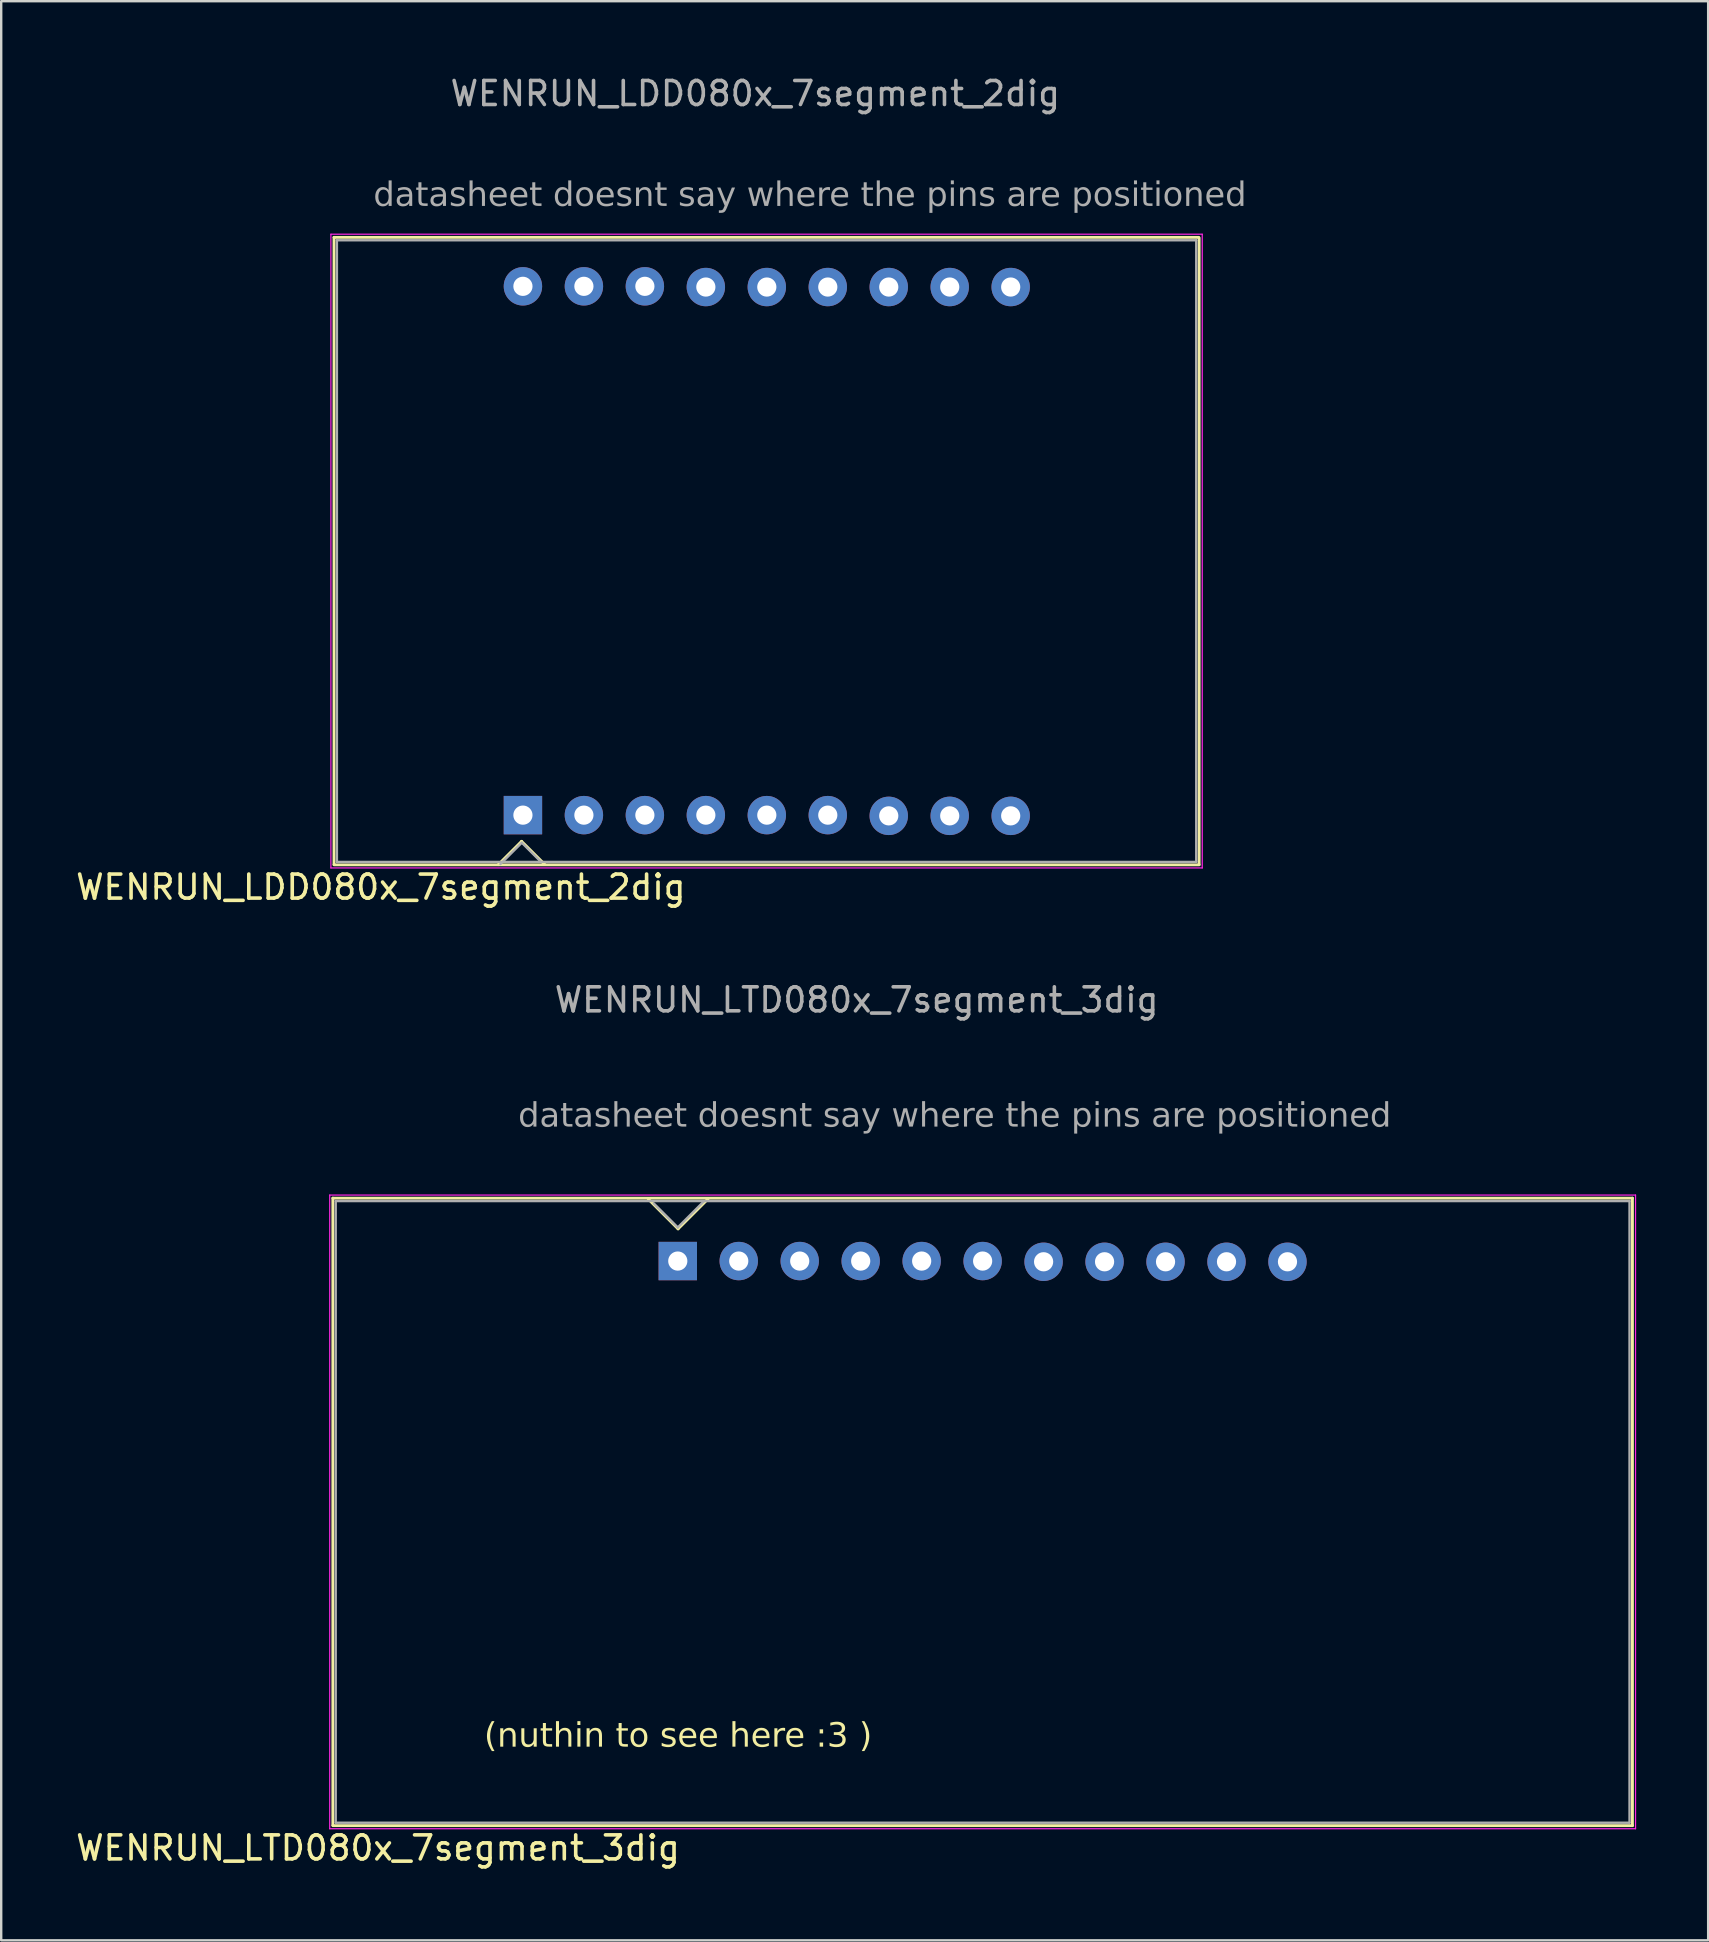
<source format=kicad_pcb>
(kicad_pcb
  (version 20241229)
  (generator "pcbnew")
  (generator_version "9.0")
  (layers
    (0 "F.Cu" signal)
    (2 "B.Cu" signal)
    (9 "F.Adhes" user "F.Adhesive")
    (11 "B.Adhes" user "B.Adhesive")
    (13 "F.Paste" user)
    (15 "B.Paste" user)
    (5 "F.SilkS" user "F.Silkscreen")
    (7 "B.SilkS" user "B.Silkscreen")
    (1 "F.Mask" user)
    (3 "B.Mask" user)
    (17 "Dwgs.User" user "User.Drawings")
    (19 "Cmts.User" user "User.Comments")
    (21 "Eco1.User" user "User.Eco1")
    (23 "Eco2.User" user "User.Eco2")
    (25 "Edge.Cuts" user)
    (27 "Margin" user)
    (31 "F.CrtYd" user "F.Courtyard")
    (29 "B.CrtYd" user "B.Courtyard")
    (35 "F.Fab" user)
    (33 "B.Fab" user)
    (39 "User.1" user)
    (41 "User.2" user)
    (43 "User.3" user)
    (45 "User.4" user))
  (footprint "WENRUN_LTD080x_7segment_3dig"
    (layer "F.Cu")
    (at 10.936 72.885)
    (property "Reference" "WENRUN_LTD080x_7segment_3dig" (at 1.76 1.05 180) (layer "F.SilkS") (effects (font (size 1 1) (thickness 0.15))))
    (attr through_hole)
    (fp_line (start -0.12 0.1) (end -0.12 -26.02) (stroke (width 0.12) (type solid)) (layer "F.SilkS"))
    (fp_line (start -0.12 0.12) (end 54.02 0.12) (stroke (width 0.12) (type solid)) (layer "F.SilkS"))
    (fp_line (start 13.021 -25.983) (end 14.263 -24.741) (stroke (width 0.12) (type solid)) (layer "F.SilkS"))
    (fp_line (start 14.262 -24.742) (end 15.515 -25.995) (stroke (width 0.12) (type solid)) (layer "F.SilkS"))
    (fp_line (start 54.02 -26.02) (end -0.12 -26.02) (stroke (width 0.12) (type solid)) (layer "F.SilkS"))
    (fp_line (start 54.02 0.12) (end 54.02 -26.02) (stroke (width 0.12) (type solid)) (layer "F.SilkS"))
    (fp_line (start -0.25 -26.15) (end 54.15 -26.15) (stroke (width 0.05) (type solid)) (layer "F.CrtYd"))
    (fp_line (start -0.25 0.25) (end -0.25 -26.15) (stroke (width 0.05) (type solid)) (layer "F.CrtYd"))
    (fp_line (start 54.15 -26.15) (end 54.15 0.25) (stroke (width 0.05) (type solid)) (layer "F.CrtYd"))
    (fp_line (start 54.15 0.25) (end -0.25 0.25) (stroke (width 0.05) (type solid)) (layer "F.CrtYd"))
    (fp_line (start 0 -25.9) (end 53.9 -25.9) (stroke (width 0.1) (type solid)) (layer "F.Fab"))
    (fp_line (start 0 0) (end 0 -25.9) (stroke (width 0.1) (type solid)) (layer "F.Fab"))
    (fp_line (start 0 0) (end 53.9 0) (stroke (width 0.1) (type solid)) (layer "F.Fab"))
    (fp_line (start 13.25 -25.8) (end 14.25 -24.8) (stroke (width 0.1) (type solid)) (layer "F.Fab"))
    (fp_line (start 14.25 -24.8) (end 15.341 -25.891) (stroke (width 0.1) (type solid)) (layer "F.Fab"))
    (fp_line (start 53.9 0) (end 53.9 -25.9) (stroke (width 0.1) (type solid)) (layer "F.Fab"))
    (fp_text user "(nuthin to see here :3 )" (at 6.18 -3 0) (unlocked yes) (layer "F.SilkS") (effects (font (face "Bahnschrift") (size 1 1) (thickness 0.1)) (justify left bottom)))
    (fp_text user "datasheet doesnt say where the pins are positioned" (at 7.6 -28.83 0) (unlocked yes) (layer "F.Fab") (effects (font (face "Bahnschrift") (size 1 1) (thickness 0.1)) (justify left bottom)))
    (fp_text user "${REFERENCE}" (at 21.7 -34.28 180) (layer "F.Fab") (effects (font (size 1 1) (thickness 0.15))))
    (pad "1" thru_hole rect (at 14.25 -23.4 90) (size 1.6 1.6) (drill 0.8) (layers "*.Cu" "*.Mask"))
    (pad "2" thru_hole circle (at 16.79 -23.4 90) (size 1.6 1.6) (drill 0.8) (layers "*.Cu" "*.Mask"))
    (pad "3" thru_hole circle (at 19.33 -23.4 90) (size 1.6 1.6) (drill 0.8) (layers "*.Cu" "*.Mask"))
    (pad "4" thru_hole circle (at 21.87 -23.4 90) (size 1.6 1.6) (drill 0.8) (layers "*.Cu" "*.Mask"))
    (pad "5" thru_hole circle (at 24.41 -23.4 90) (size 1.6 1.6) (drill 0.8) (layers "*.Cu" "*.Mask"))
    (pad "6" thru_hole circle (at 26.95 -23.4 90) (size 1.6 1.6) (drill 0.8) (layers "*.Cu" "*.Mask"))
    (pad "7" thru_hole circle (at 29.49 -23.37 90) (size 1.6 1.6) (drill 0.8) (layers "*.Cu" "*.Mask"))
    (pad "8" thru_hole circle (at 32.03 -23.37 90) (size 1.6 1.6) (drill 0.8) (layers "*.Cu" "*.Mask"))
    (pad "9" thru_hole circle (at 34.57 -23.37 90) (size 1.6 1.6) (drill 0.8) (layers "*.Cu" "*.Mask"))
    (pad "10" thru_hole circle (at 37.11 -23.37 90) (size 1.6 1.6) (drill 0.8) (layers "*.Cu" "*.Mask"))
    (pad "11" thru_hole circle (at 39.65 -23.37 90) (size 1.6 1.6) (drill 0.8) (layers "*.Cu" "*.Mask")))
  (footprint "WENRUN_LDD080x_7segment_2dig"
    (layer "F.Cu")
    (at 10.985 32.858)
    (property "Reference" "WENRUN_LDD080x_7segment_2dig" (at 1.83 1.05 180) (layer "F.SilkS") (effects (font (size 1 1) (thickness 0.15))))
    (attr through_hole)
    (fp_line (start -0.12 0.1) (end -0.12 -26.02) (stroke (width 0.12) (type solid)) (layer "F.SilkS"))
    (fp_line (start -0.12 0.12) (end 35.92 0.12) (stroke (width 0.12) (type solid)) (layer "F.SilkS"))
    (fp_line (start 7.694 -0.858) (end 6.722 0.114) (stroke (width 0.12) (type solid)) (layer "F.SilkS"))
    (fp_line (start 8.66 0.108) (end 7.693 -0.859) (stroke (width 0.12) (type solid)) (layer "F.SilkS"))
    (fp_line (start 35.9 -26.02) (end -0.12 -26.02) (stroke (width 0.12) (type solid)) (layer "F.SilkS"))
    (fp_line (start 35.92 0.11) (end 35.92 -26) (stroke (width 0.12) (type solid)) (layer "F.SilkS"))
    (fp_line (start -0.25 -26.15) (end 36.05 -26.15) (stroke (width 0.05) (type solid)) (layer "F.CrtYd"))
    (fp_line (start -0.25 0.25) (end -0.25 -26.15) (stroke (width 0.05) (type solid)) (layer "F.CrtYd"))
    (fp_line (start 36.05 -26.15) (end 36.05 0.25) (stroke (width 0.05) (type solid)) (layer "F.CrtYd"))
    (fp_line (start 36.05 0.25) (end -0.25 0.25) (stroke (width 0.05) (type solid)) (layer "F.CrtYd"))
    (fp_line (start 0 -25.9) (end 35.8 -25.9) (stroke (width 0.1) (type solid)) (layer "F.Fab"))
    (fp_line (start 0 0) (end 0 -25.9) (stroke (width 0.1) (type solid)) (layer "F.Fab"))
    (fp_line (start 0 0) (end 35.8 0) (stroke (width 0.1) (type solid)) (layer "F.Fab"))
    (fp_line (start 7.7 -0.8) (end 6.813 0.087) (stroke (width 0.1) (type solid)) (layer "F.Fab"))
    (fp_line (start 8.514 0.009) (end 7.705 -0.8) (stroke (width 0.1) (type solid)) (layer "F.Fab"))
    (fp_line (start 35.8 0) (end 35.8 -25.9) (stroke (width 0.1) (type solid)) (layer "F.Fab"))
    (fp_text user "${REFERENCE}" (at 17.43 -32.01 180) (layer "F.Fab") (effects (font (size 1 1) (thickness 0.15))))
    (fp_text user "datasheet doesnt say where the pins are positioned" (at 1.52 -27.16 0) (unlocked yes) (layer "F.Fab") (effects (font (face "Bahnschrift") (size 1 1) (thickness 0.1)) (justify left bottom)))
    (pad "1" thru_hole rect (at 7.75 -1.95 90) (size 1.6 1.6) (drill 0.8) (layers "*.Cu" "*.Mask"))
    (pad "2" thru_hole circle (at 10.29 -1.95 90) (size 1.6 1.6) (drill 0.8) (layers "*.Cu" "*.Mask"))
    (pad "3" thru_hole circle (at 12.83 -1.95 90) (size 1.6 1.6) (drill 0.8) (layers "*.Cu" "*.Mask"))
    (pad "4" thru_hole circle (at 15.37 -1.95 90) (size 1.6 1.6) (drill 0.8) (layers "*.Cu" "*.Mask"))
    (pad "5" thru_hole circle (at 17.91 -1.95 90) (size 1.6 1.6) (drill 0.8) (layers "*.Cu" "*.Mask"))
    (pad "6" thru_hole circle (at 20.45 -1.95 90) (size 1.6 1.6) (drill 0.8) (layers "*.Cu" "*.Mask"))
    (pad "7" thru_hole circle (at 22.99 -1.92 90) (size 1.6 1.6) (drill 0.8) (layers "*.Cu" "*.Mask"))
    (pad "8" thru_hole circle (at 25.53 -1.92 90) (size 1.6 1.6) (drill 0.8) (layers "*.Cu" "*.Mask"))
    (pad "9" thru_hole circle (at 28.07 -1.92 90) (size 1.6 1.6) (drill 0.8) (layers "*.Cu" "*.Mask"))
    (pad "10" thru_hole circle (at 28.07 -23.95 270) (size 1.6 1.6) (drill 0.8) (layers "*.Cu" "*.Mask"))
    (pad "11" thru_hole circle (at 25.53 -23.95 270) (size 1.6 1.6) (drill 0.8) (layers "*.Cu" "*.Mask"))
    (pad "12" thru_hole circle (at 22.99 -23.95 270) (size 1.6 1.6) (drill 0.8) (layers "*.Cu" "*.Mask"))
    (pad "13" thru_hole circle (at 20.45 -23.95 270) (size 1.6 1.6) (drill 0.8) (layers "*.Cu" "*.Mask"))
    (pad "14" thru_hole circle (at 17.91 -23.95 270) (size 1.6 1.6) (drill 0.8) (layers "*.Cu" "*.Mask"))
    (pad "15" thru_hole circle (at 15.37 -23.95 270) (size 1.6 1.6) (drill 0.8) (layers "*.Cu" "*.Mask"))
    (pad "16" thru_hole circle (at 12.83 -23.98 270) (size 1.6 1.6) (drill 0.8) (layers "*.Cu" "*.Mask"))
    (pad "17" thru_hole circle (at 10.29 -23.98) (size 1.6 1.6) (drill 0.8) (layers "*.Cu" "*.Mask"))
    (pad "18" thru_hole circle (at 7.75 -23.98 270) (size 1.6 1.6) (drill 0.8) (layers "*.Cu" "*.Mask")))
  (gr_rect
    (start -3 -3)
    (end 68.111 77.783)
    (stroke (width 0.1) (type default))
    (fill no)
    (layer "Edge.Cuts")))
</source>
